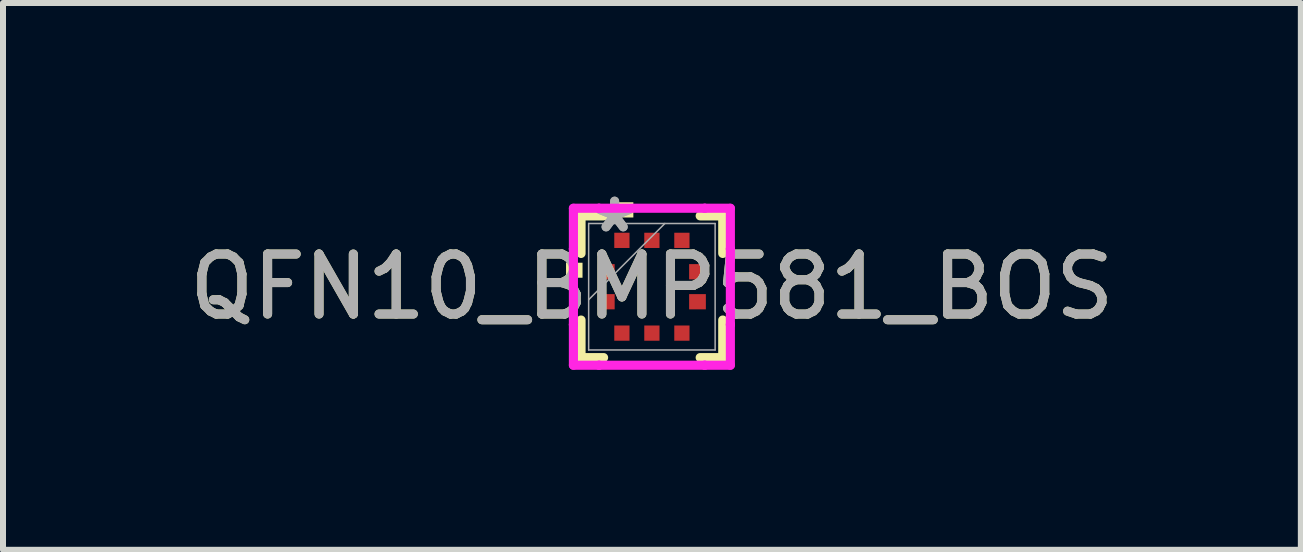
<source format=kicad_pcb>
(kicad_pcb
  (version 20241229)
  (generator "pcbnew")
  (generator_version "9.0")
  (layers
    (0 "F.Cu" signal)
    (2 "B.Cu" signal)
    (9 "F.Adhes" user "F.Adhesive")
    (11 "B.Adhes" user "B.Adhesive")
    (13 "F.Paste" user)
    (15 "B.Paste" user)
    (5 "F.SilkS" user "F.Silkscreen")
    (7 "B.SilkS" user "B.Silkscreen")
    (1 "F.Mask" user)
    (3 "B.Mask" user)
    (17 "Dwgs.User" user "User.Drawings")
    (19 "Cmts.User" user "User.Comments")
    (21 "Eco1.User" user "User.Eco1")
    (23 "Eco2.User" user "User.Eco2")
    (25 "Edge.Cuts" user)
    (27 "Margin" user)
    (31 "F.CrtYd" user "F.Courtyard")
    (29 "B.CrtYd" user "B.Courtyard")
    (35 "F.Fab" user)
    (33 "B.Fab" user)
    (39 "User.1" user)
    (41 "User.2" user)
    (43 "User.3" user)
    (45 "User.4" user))
  (footprint "QFN10_BMP581_BOS"
    (layer "F.Cu")
    (at 7.815 1.729)
    (property "Reference" "QFN10_BMP581_BOS" (at 0 0 0) (unlocked yes) (layer "F.SilkS") (effects (font (size 1 1) (thickness 0.15))))
    (attr smd)
    (fp_line (start -1.181 -1.181) (end -1.181 -0.555) (stroke (width 0.152) (type solid)) (layer "F.SilkS"))
    (fp_line (start -1.181 0.555) (end -1.181 1.181) (stroke (width 0.152) (type solid)) (layer "F.SilkS"))
    (fp_line (start -1.181 1.181) (end -0.805 1.181) (stroke (width 0.152) (type solid)) (layer "F.SilkS"))
    (fp_line (start -0.805 -1.181) (end -1.181 -1.181) (stroke (width 0.152) (type solid)) (layer "F.SilkS"))
    (fp_line (start 0.805 1.181) (end 1.181 1.181) (stroke (width 0.152) (type solid)) (layer "F.SilkS"))
    (fp_line (start 1.181 -1.181) (end 0.805 -1.181) (stroke (width 0.152) (type solid)) (layer "F.SilkS"))
    (fp_line (start 1.181 -0.555) (end 1.181 -1.181) (stroke (width 0.152) (type solid)) (layer "F.SilkS"))
    (fp_line (start 1.181 1.181) (end 1.181 0.555) (stroke (width 0.152) (type solid)) (layer "F.SilkS"))
    (fp_rect (start -1.431 -0.4) (end -1.156 -0.15) (stroke (width 0) (type solid)) (fill yes) (layer "F.SilkS"))
    (fp_poly (pts (xy -0.69 -1.154) (xy -0.69 -1.408) (xy -0.309 -1.408) (xy -0.309 -1.154)) (stroke (width 0) (type solid)) (fill yes) (layer "F.SilkS"))
    (fp_line (start -1.308 -1.308) (end -0.881 -1.308) (stroke (width 0.152) (type solid)) (layer "F.CrtYd"))
    (fp_line (start -1.308 -0.631) (end -1.308 -1.308) (stroke (width 0.152) (type solid)) (layer "F.CrtYd"))
    (fp_line (start -1.308 -0.631) (end -1.308 -0.631) (stroke (width 0.152) (type solid)) (layer "F.CrtYd"))
    (fp_line (start -1.308 0.631) (end -1.308 -0.631) (stroke (width 0.152) (type solid)) (layer "F.CrtYd"))
    (fp_line (start -1.308 0.631) (end -1.308 0.631) (stroke (width 0.152) (type solid)) (layer "F.CrtYd"))
    (fp_line (start -1.308 1.308) (end -1.308 0.631) (stroke (width 0.152) (type solid)) (layer "F.CrtYd"))
    (fp_line (start -1.308 1.308) (end -0.881 1.308) (stroke (width 0.152) (type solid)) (layer "F.CrtYd"))
    (fp_line (start -0.881 -1.308) (end -0.881 -1.308) (stroke (width 0.152) (type solid)) (layer "F.CrtYd"))
    (fp_line (start -0.881 -1.308) (end 0.881 -1.308) (stroke (width 0.152) (type solid)) (layer "F.CrtYd"))
    (fp_line (start -0.881 1.308) (end -0.881 1.308) (stroke (width 0.152) (type solid)) (layer "F.CrtYd"))
    (fp_line (start -0.881 1.308) (end 0.881 1.308) (stroke (width 0.152) (type solid)) (layer "F.CrtYd"))
    (fp_line (start 0.881 -1.308) (end 0.881 -1.308) (stroke (width 0.152) (type solid)) (layer "F.CrtYd"))
    (fp_line (start 0.881 -1.308) (end 1.308 -1.308) (stroke (width 0.152) (type solid)) (layer "F.CrtYd"))
    (fp_line (start 0.881 1.308) (end 0.881 1.308) (stroke (width 0.152) (type solid)) (layer "F.CrtYd"))
    (fp_line (start 0.881 1.308) (end 1.308 1.308) (stroke (width 0.152) (type solid)) (layer "F.CrtYd"))
    (fp_line (start 1.308 -0.631) (end 1.308 -1.308) (stroke (width 0.152) (type solid)) (layer "F.CrtYd"))
    (fp_line (start 1.308 -0.631) (end 1.308 -0.631) (stroke (width 0.152) (type solid)) (layer "F.CrtYd"))
    (fp_line (start 1.308 0.631) (end 1.308 -0.631) (stroke (width 0.152) (type solid)) (layer "F.CrtYd"))
    (fp_line (start 1.308 0.631) (end 1.308 0.631) (stroke (width 0.152) (type solid)) (layer "F.CrtYd"))
    (fp_line (start 1.308 1.308) (end 1.308 0.631) (stroke (width 0.152) (type solid)) (layer "F.CrtYd"))
    (fp_line (start -1.054 -1.054) (end -1.054 1.054) (stroke (width 0.025) (type solid)) (layer "F.Fab"))
    (fp_line (start -1.054 0.216) (end 0.216 -1.054) (stroke (width 0.025) (type solid)) (layer "F.Fab"))
    (fp_line (start -1.054 1.054) (end 1.054 1.054) (stroke (width 0.025) (type solid)) (layer "F.Fab"))
    (fp_line (start 1.054 -1.054) (end -1.054 -1.054) (stroke (width 0.025) (type solid)) (layer "F.Fab"))
    (fp_line (start 1.054 1.054) (end 1.054 -1.054) (stroke (width 0.025) (type solid)) (layer "F.Fab"))
    (fp_text user "*" (at -0.621 -0.881 0) (layer "F.Fab") (effects (font (size 1 1) (thickness 0.15))))
    (fp_text user "*" (at -0.621 -0.881 0) (unlocked yes) (layer "F.Fab") (effects (font (size 1 1) (thickness 0.15))))
    (fp_text user "${REFERENCE}" (at 0 0 0) (unlocked yes) (layer "F.Fab") (effects (font (size 1 1) (thickness 0.15))))
    (pad "1" smd rect (at -0.76 -0.25 90) (size 0.254 0.279) (layers "F.Cu" "F.Mask" "F.Paste"))
    (pad "2" smd rect (at -0.76 0.25 90) (size 0.254 0.279) (layers "F.Cu" "F.Mask" "F.Paste"))
    (pad "3" smd rect (at -0.5 0.773) (size 0.254 0.254) (layers "F.Cu" "F.Mask" "F.Paste"))
    (pad "4" smd rect (at 0 0.773) (size 0.254 0.254) (layers "F.Cu" "F.Mask" "F.Paste"))
    (pad "5" smd rect (at 0.5 0.773) (size 0.254 0.254) (layers "F.Cu" "F.Mask" "F.Paste"))
    (pad "6" smd rect (at 0.76 0.25 90) (size 0.254 0.279) (layers "F.Cu" "F.Mask" "F.Paste"))
    (pad "7" smd rect (at 0.76 -0.25 90) (size 0.254 0.279) (layers "F.Cu" "F.Mask" "F.Paste"))
    (pad "8" smd rect (at 0.5 -0.773) (size 0.254 0.254) (layers "F.Cu" "F.Mask" "F.Paste"))
    (pad "9" smd rect (at 0 -0.773) (size 0.254 0.254) (layers "F.Cu" "F.Mask" "F.Paste"))
    (pad "10" smd rect (at -0.5 -0.773) (size 0.254 0.254) (layers "F.Cu" "F.Mask" "F.Paste"))
    (zone (net_name "") (layer "F.Cu") (name "keepout") (hatch edge 0.5) (connect_pads) (min_thickness 0.25) (filled_areas_thickness no) (keepout (tracks allowed) (vias allowed) (pads allowed) (copperpour not_allowed) (footprints allowed)) (placement (enabled no)) (fill) (polygon (pts (xy 6.634 0.548) (xy 8.997 0.548) (xy 8.997 2.91) (xy 6.634 2.91)))))
  (gr_rect
    (start -3 -3)
    (end 18.631 6.114)
    (stroke (width 0.1) (type default))
    (fill no)
    (layer "Edge.Cuts")))
</source>
